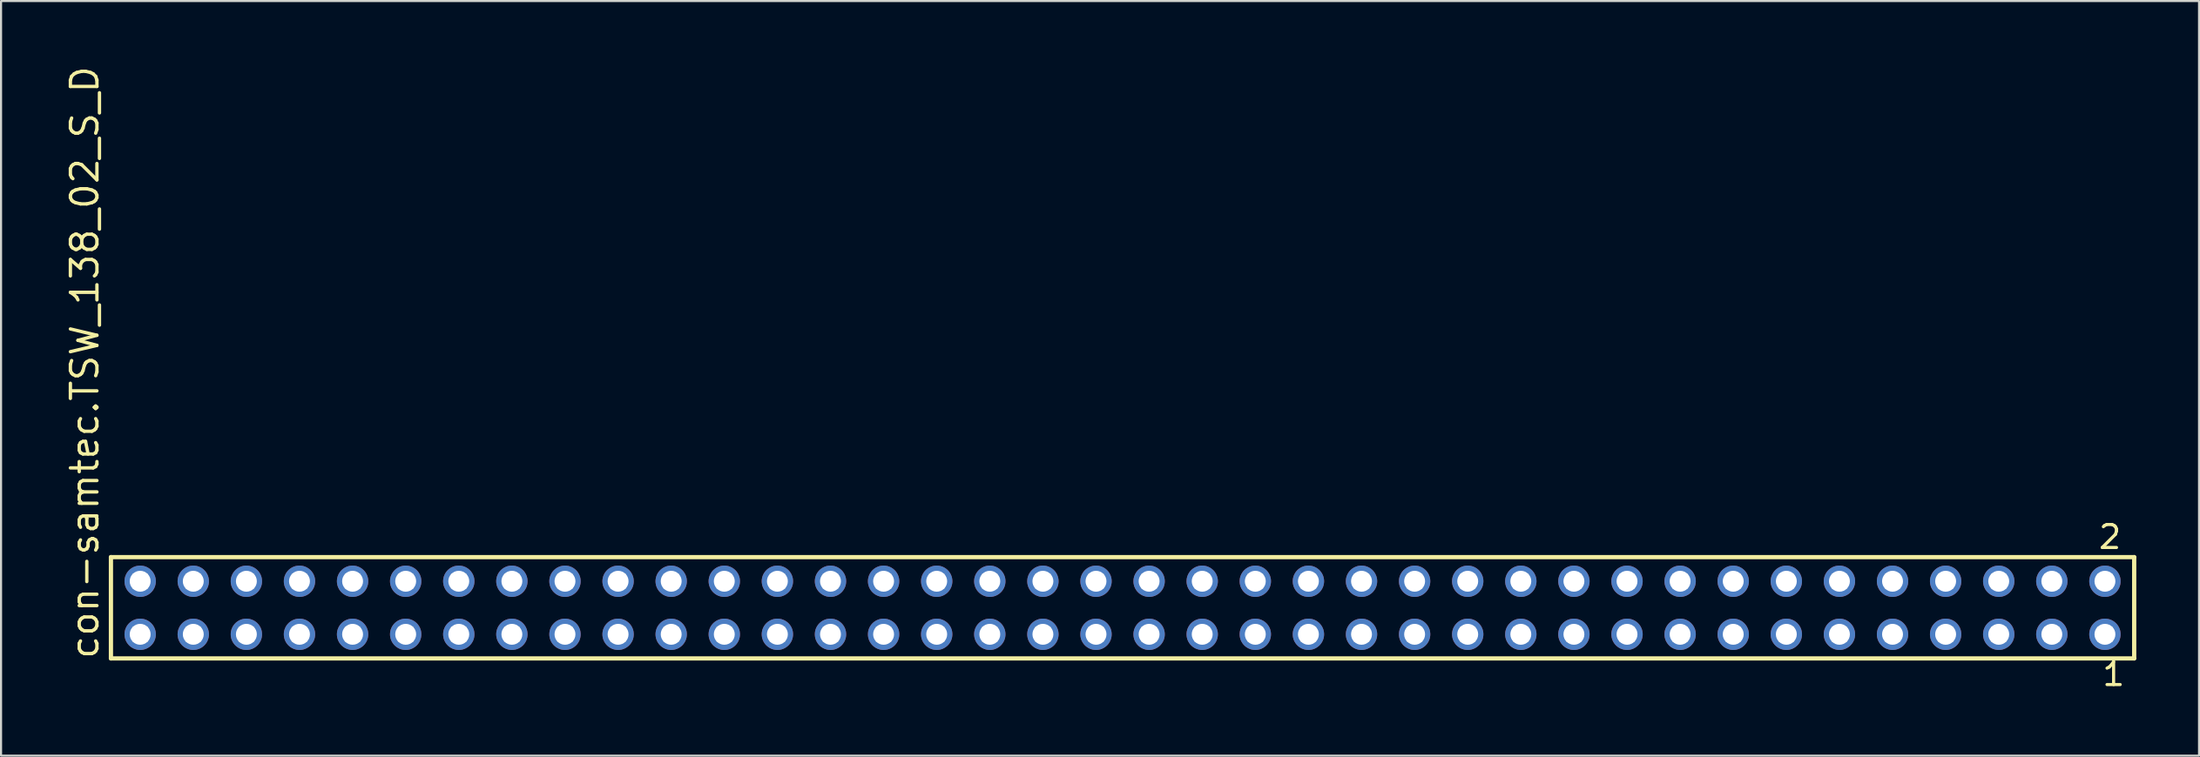
<source format=kicad_pcb>
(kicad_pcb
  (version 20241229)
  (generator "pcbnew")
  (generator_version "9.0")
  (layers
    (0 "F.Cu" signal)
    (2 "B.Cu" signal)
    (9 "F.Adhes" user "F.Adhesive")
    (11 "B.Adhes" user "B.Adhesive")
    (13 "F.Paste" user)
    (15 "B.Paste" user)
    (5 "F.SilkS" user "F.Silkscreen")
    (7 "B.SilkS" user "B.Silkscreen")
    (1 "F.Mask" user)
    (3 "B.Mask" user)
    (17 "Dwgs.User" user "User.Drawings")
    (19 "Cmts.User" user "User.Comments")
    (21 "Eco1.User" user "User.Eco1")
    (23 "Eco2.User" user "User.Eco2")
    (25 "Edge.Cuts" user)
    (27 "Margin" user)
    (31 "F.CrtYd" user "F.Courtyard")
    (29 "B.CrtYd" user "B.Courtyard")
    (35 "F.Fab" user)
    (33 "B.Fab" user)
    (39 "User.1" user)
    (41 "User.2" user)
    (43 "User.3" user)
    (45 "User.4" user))
  (footprint "con-samtec.TSW_138_02_S_D"
    (layer "F.Cu")
    (at 50.645 26.049)
    (property "Reference" "con-samtec.TSW_138_02_S_D" (at -48.895 2.54 90) (layer "F.SilkS") (effects (font (size 1.27 1.27) (thickness 0.16)) (justify left bottom)))
    (attr through_hole)
    (fp_line (start -48.389 -2.425) (end 48.389 -2.425) (stroke (width 0.203) (type default)) (layer "F.SilkS"))
    (fp_line (start -48.389 2.425) (end -48.389 -2.425) (stroke (width 0.203) (type default)) (layer "F.SilkS"))
    (fp_line (start 48.389 -2.425) (end 48.389 2.425) (stroke (width 0.203) (type default)) (layer "F.SilkS"))
    (fp_line (start 48.389 2.425) (end -48.389 2.425) (stroke (width 0.203) (type default)) (layer "F.SilkS"))
    (fp_rect (start -47.34 -0.92) (end -46.64 -1.62) (stroke (width 0.05) (type default)) (fill no) (layer "F.Fab"))
    (fp_rect (start -47.34 1.62) (end -46.64 0.92) (stroke (width 0.05) (type default)) (fill no) (layer "F.Fab"))
    (fp_rect (start -44.8 -0.92) (end -44.1 -1.62) (stroke (width 0.05) (type default)) (fill no) (layer "F.Fab"))
    (fp_rect (start -44.8 1.62) (end -44.1 0.92) (stroke (width 0.05) (type default)) (fill no) (layer "F.Fab"))
    (fp_rect (start -42.26 -0.92) (end -41.56 -1.62) (stroke (width 0.05) (type default)) (fill no) (layer "F.Fab"))
    (fp_rect (start -42.26 1.62) (end -41.56 0.92) (stroke (width 0.05) (type default)) (fill no) (layer "F.Fab"))
    (fp_rect (start -39.72 -0.92) (end -39.02 -1.62) (stroke (width 0.05) (type default)) (fill no) (layer "F.Fab"))
    (fp_rect (start -39.72 1.62) (end -39.02 0.92) (stroke (width 0.05) (type default)) (fill no) (layer "F.Fab"))
    (fp_rect (start -37.18 -0.92) (end -36.48 -1.62) (stroke (width 0.05) (type default)) (fill no) (layer "F.Fab"))
    (fp_rect (start -37.18 1.62) (end -36.48 0.92) (stroke (width 0.05) (type default)) (fill no) (layer "F.Fab"))
    (fp_rect (start -34.64 -0.92) (end -33.94 -1.62) (stroke (width 0.05) (type default)) (fill no) (layer "F.Fab"))
    (fp_rect (start -34.64 1.62) (end -33.94 0.92) (stroke (width 0.05) (type default)) (fill no) (layer "F.Fab"))
    (fp_rect (start -32.1 -0.92) (end -31.4 -1.62) (stroke (width 0.05) (type default)) (fill no) (layer "F.Fab"))
    (fp_rect (start -32.1 1.62) (end -31.4 0.92) (stroke (width 0.05) (type default)) (fill no) (layer "F.Fab"))
    (fp_rect (start -29.56 -0.92) (end -28.86 -1.62) (stroke (width 0.05) (type default)) (fill no) (layer "F.Fab"))
    (fp_rect (start -29.56 1.62) (end -28.86 0.92) (stroke (width 0.05) (type default)) (fill no) (layer "F.Fab"))
    (fp_rect (start -27.02 -0.92) (end -26.32 -1.62) (stroke (width 0.05) (type default)) (fill no) (layer "F.Fab"))
    (fp_rect (start -27.02 1.62) (end -26.32 0.92) (stroke (width 0.05) (type default)) (fill no) (layer "F.Fab"))
    (fp_rect (start -24.48 -0.92) (end -23.78 -1.62) (stroke (width 0.05) (type default)) (fill no) (layer "F.Fab"))
    (fp_rect (start -24.48 1.62) (end -23.78 0.92) (stroke (width 0.05) (type default)) (fill no) (layer "F.Fab"))
    (fp_rect (start -21.94 -0.92) (end -21.24 -1.62) (stroke (width 0.05) (type default)) (fill no) (layer "F.Fab"))
    (fp_rect (start -21.94 1.62) (end -21.24 0.92) (stroke (width 0.05) (type default)) (fill no) (layer "F.Fab"))
    (fp_rect (start -19.4 -0.92) (end -18.7 -1.62) (stroke (width 0.05) (type default)) (fill no) (layer "F.Fab"))
    (fp_rect (start -19.4 1.62) (end -18.7 0.92) (stroke (width 0.05) (type default)) (fill no) (layer "F.Fab"))
    (fp_rect (start -16.86 -0.92) (end -16.16 -1.62) (stroke (width 0.05) (type default)) (fill no) (layer "F.Fab"))
    (fp_rect (start -16.86 1.62) (end -16.16 0.92) (stroke (width 0.05) (type default)) (fill no) (layer "F.Fab"))
    (fp_rect (start -14.32 -0.92) (end -13.62 -1.62) (stroke (width 0.05) (type default)) (fill no) (layer "F.Fab"))
    (fp_rect (start -14.32 1.62) (end -13.62 0.92) (stroke (width 0.05) (type default)) (fill no) (layer "F.Fab"))
    (fp_rect (start -11.78 -0.92) (end -11.08 -1.62) (stroke (width 0.05) (type default)) (fill no) (layer "F.Fab"))
    (fp_rect (start -11.78 1.62) (end -11.08 0.92) (stroke (width 0.05) (type default)) (fill no) (layer "F.Fab"))
    (fp_rect (start -9.24 -0.92) (end -8.54 -1.62) (stroke (width 0.05) (type default)) (fill no) (layer "F.Fab"))
    (fp_rect (start -9.24 1.62) (end -8.54 0.92) (stroke (width 0.05) (type default)) (fill no) (layer "F.Fab"))
    (fp_rect (start -6.7 -0.92) (end -6 -1.62) (stroke (width 0.05) (type default)) (fill no) (layer "F.Fab"))
    (fp_rect (start -6.7 1.62) (end -6 0.92) (stroke (width 0.05) (type default)) (fill no) (layer "F.Fab"))
    (fp_rect (start -4.16 -0.92) (end -3.46 -1.62) (stroke (width 0.05) (type default)) (fill no) (layer "F.Fab"))
    (fp_rect (start -4.16 1.62) (end -3.46 0.92) (stroke (width 0.05) (type default)) (fill no) (layer "F.Fab"))
    (fp_rect (start -1.62 -0.92) (end -0.92 -1.62) (stroke (width 0.05) (type default)) (fill no) (layer "F.Fab"))
    (fp_rect (start -1.62 1.62) (end -0.92 0.92) (stroke (width 0.05) (type default)) (fill no) (layer "F.Fab"))
    (fp_rect (start 0.92 -0.92) (end 1.62 -1.62) (stroke (width 0.05) (type default)) (fill no) (layer "F.Fab"))
    (fp_rect (start 0.92 1.62) (end 1.62 0.92) (stroke (width 0.05) (type default)) (fill no) (layer "F.Fab"))
    (fp_rect (start 3.46 -0.92) (end 4.16 -1.62) (stroke (width 0.05) (type default)) (fill no) (layer "F.Fab"))
    (fp_rect (start 3.46 1.62) (end 4.16 0.92) (stroke (width 0.05) (type default)) (fill no) (layer "F.Fab"))
    (fp_rect (start 6 -0.92) (end 6.7 -1.62) (stroke (width 0.05) (type default)) (fill no) (layer "F.Fab"))
    (fp_rect (start 6 1.62) (end 6.7 0.92) (stroke (width 0.05) (type default)) (fill no) (layer "F.Fab"))
    (fp_rect (start 8.54 -0.92) (end 9.24 -1.62) (stroke (width 0.05) (type default)) (fill no) (layer "F.Fab"))
    (fp_rect (start 8.54 1.62) (end 9.24 0.92) (stroke (width 0.05) (type default)) (fill no) (layer "F.Fab"))
    (fp_rect (start 11.08 -0.92) (end 11.78 -1.62) (stroke (width 0.05) (type default)) (fill no) (layer "F.Fab"))
    (fp_rect (start 11.08 1.62) (end 11.78 0.92) (stroke (width 0.05) (type default)) (fill no) (layer "F.Fab"))
    (fp_rect (start 13.62 -0.92) (end 14.32 -1.62) (stroke (width 0.05) (type default)) (fill no) (layer "F.Fab"))
    (fp_rect (start 13.62 1.62) (end 14.32 0.92) (stroke (width 0.05) (type default)) (fill no) (layer "F.Fab"))
    (fp_rect (start 16.16 -0.92) (end 16.86 -1.62) (stroke (width 0.05) (type default)) (fill no) (layer "F.Fab"))
    (fp_rect (start 16.16 1.62) (end 16.86 0.92) (stroke (width 0.05) (type default)) (fill no) (layer "F.Fab"))
    (fp_rect (start 18.7 -0.92) (end 19.4 -1.62) (stroke (width 0.05) (type default)) (fill no) (layer "F.Fab"))
    (fp_rect (start 18.7 1.62) (end 19.4 0.92) (stroke (width 0.05) (type default)) (fill no) (layer "F.Fab"))
    (fp_rect (start 21.24 -0.92) (end 21.94 -1.62) (stroke (width 0.05) (type default)) (fill no) (layer "F.Fab"))
    (fp_rect (start 21.24 1.62) (end 21.94 0.92) (stroke (width 0.05) (type default)) (fill no) (layer "F.Fab"))
    (fp_rect (start 23.78 -0.92) (end 24.48 -1.62) (stroke (width 0.05) (type default)) (fill no) (layer "F.Fab"))
    (fp_rect (start 23.78 1.62) (end 24.48 0.92) (stroke (width 0.05) (type default)) (fill no) (layer "F.Fab"))
    (fp_rect (start 26.32 -0.92) (end 27.02 -1.62) (stroke (width 0.05) (type default)) (fill no) (layer "F.Fab"))
    (fp_rect (start 26.32 1.62) (end 27.02 0.92) (stroke (width 0.05) (type default)) (fill no) (layer "F.Fab"))
    (fp_rect (start 28.86 -0.92) (end 29.56 -1.62) (stroke (width 0.05) (type default)) (fill no) (layer "F.Fab"))
    (fp_rect (start 28.86 1.62) (end 29.56 0.92) (stroke (width 0.05) (type default)) (fill no) (layer "F.Fab"))
    (fp_rect (start 31.4 -0.92) (end 32.1 -1.62) (stroke (width 0.05) (type default)) (fill no) (layer "F.Fab"))
    (fp_rect (start 31.4 1.62) (end 32.1 0.92) (stroke (width 0.05) (type default)) (fill no) (layer "F.Fab"))
    (fp_rect (start 33.94 -0.92) (end 34.64 -1.62) (stroke (width 0.05) (type default)) (fill no) (layer "F.Fab"))
    (fp_rect (start 33.94 1.62) (end 34.64 0.92) (stroke (width 0.05) (type default)) (fill no) (layer "F.Fab"))
    (fp_rect (start 36.48 -0.92) (end 37.18 -1.62) (stroke (width 0.05) (type default)) (fill no) (layer "F.Fab"))
    (fp_rect (start 36.48 1.62) (end 37.18 0.92) (stroke (width 0.05) (type default)) (fill no) (layer "F.Fab"))
    (fp_rect (start 39.02 -0.92) (end 39.72 -1.62) (stroke (width 0.05) (type default)) (fill no) (layer "F.Fab"))
    (fp_rect (start 39.02 1.62) (end 39.72 0.92) (stroke (width 0.05) (type default)) (fill no) (layer "F.Fab"))
    (fp_rect (start 41.56 -0.92) (end 42.26 -1.62) (stroke (width 0.05) (type default)) (fill no) (layer "F.Fab"))
    (fp_rect (start 41.56 1.62) (end 42.26 0.92) (stroke (width 0.05) (type default)) (fill no) (layer "F.Fab"))
    (fp_rect (start 44.1 -0.92) (end 44.8 -1.62) (stroke (width 0.05) (type default)) (fill no) (layer "F.Fab"))
    (fp_rect (start 44.1 1.62) (end 44.8 0.92) (stroke (width 0.05) (type default)) (fill no) (layer "F.Fab"))
    (fp_rect (start 46.64 -0.92) (end 47.34 -1.62) (stroke (width 0.05) (type default)) (fill no) (layer "F.Fab"))
    (fp_rect (start 46.64 1.62) (end 47.34 0.92) (stroke (width 0.05) (type default)) (fill no) (layer "F.Fab"))
    (fp_text user "2" (at 46.607 -2.744 0) (layer "F.SilkS") (effects (font (size 1.1 1.1) (thickness 0.15)) (justify left bottom)))
    (fp_text user "1" (at 46.782 3.818 0) (layer "F.SilkS") (effects (font (size 1.1 1.1) (thickness 0.15)) (justify left bottom)))
    (pad "1" thru_hole circle (at 46.99 1.27 180) (size 1.5 1.5) (drill 1) (layers "*.Cu" "*.Mask"))
    (pad "2" thru_hole circle (at 46.99 -1.27 180) (size 1.5 1.5) (drill 1) (layers "*.Cu" "*.Mask"))
    (pad "3" thru_hole circle (at 44.45 1.27 180) (size 1.5 1.5) (drill 1) (layers "*.Cu" "*.Mask"))
    (pad "4" thru_hole circle (at 44.45 -1.27 180) (size 1.5 1.5) (drill 1) (layers "*.Cu" "*.Mask"))
    (pad "5" thru_hole circle (at 41.91 1.27 180) (size 1.5 1.5) (drill 1) (layers "*.Cu" "*.Mask"))
    (pad "6" thru_hole circle (at 41.91 -1.27 180) (size 1.5 1.5) (drill 1) (layers "*.Cu" "*.Mask"))
    (pad "7" thru_hole circle (at 39.37 1.27 180) (size 1.5 1.5) (drill 1) (layers "*.Cu" "*.Mask"))
    (pad "8" thru_hole circle (at 39.37 -1.27 180) (size 1.5 1.5) (drill 1) (layers "*.Cu" "*.Mask"))
    (pad "9" thru_hole circle (at 36.83 1.27 180) (size 1.5 1.5) (drill 1) (layers "*.Cu" "*.Mask"))
    (pad "10" thru_hole circle (at 36.83 -1.27 180) (size 1.5 1.5) (drill 1) (layers "*.Cu" "*.Mask"))
    (pad "11" thru_hole circle (at 34.29 1.27 180) (size 1.5 1.5) (drill 1) (layers "*.Cu" "*.Mask"))
    (pad "12" thru_hole circle (at 34.29 -1.27 180) (size 1.5 1.5) (drill 1) (layers "*.Cu" "*.Mask"))
    (pad "13" thru_hole circle (at 31.75 1.27 180) (size 1.5 1.5) (drill 1) (layers "*.Cu" "*.Mask"))
    (pad "14" thru_hole circle (at 31.75 -1.27 180) (size 1.5 1.5) (drill 1) (layers "*.Cu" "*.Mask"))
    (pad "15" thru_hole circle (at 29.21 1.27 180) (size 1.5 1.5) (drill 1) (layers "*.Cu" "*.Mask"))
    (pad "16" thru_hole circle (at 29.21 -1.27 180) (size 1.5 1.5) (drill 1) (layers "*.Cu" "*.Mask"))
    (pad "17" thru_hole circle (at 26.67 1.27 180) (size 1.5 1.5) (drill 1) (layers "*.Cu" "*.Mask"))
    (pad "18" thru_hole circle (at 26.67 -1.27 180) (size 1.5 1.5) (drill 1) (layers "*.Cu" "*.Mask"))
    (pad "19" thru_hole circle (at 24.13 1.27 180) (size 1.5 1.5) (drill 1) (layers "*.Cu" "*.Mask"))
    (pad "20" thru_hole circle (at 24.13 -1.27 180) (size 1.5 1.5) (drill 1) (layers "*.Cu" "*.Mask"))
    (pad "21" thru_hole circle (at 21.59 1.27 180) (size 1.5 1.5) (drill 1) (layers "*.Cu" "*.Mask"))
    (pad "22" thru_hole circle (at 21.59 -1.27 180) (size 1.5 1.5) (drill 1) (layers "*.Cu" "*.Mask"))
    (pad "23" thru_hole circle (at 19.05 1.27 180) (size 1.5 1.5) (drill 1) (layers "*.Cu" "*.Mask"))
    (pad "24" thru_hole circle (at 19.05 -1.27 180) (size 1.5 1.5) (drill 1) (layers "*.Cu" "*.Mask"))
    (pad "25" thru_hole circle (at 16.51 1.27 180) (size 1.5 1.5) (drill 1) (layers "*.Cu" "*.Mask"))
    (pad "26" thru_hole circle (at 16.51 -1.27 180) (size 1.5 1.5) (drill 1) (layers "*.Cu" "*.Mask"))
    (pad "27" thru_hole circle (at 13.97 1.27 180) (size 1.5 1.5) (drill 1) (layers "*.Cu" "*.Mask"))
    (pad "28" thru_hole circle (at 13.97 -1.27 180) (size 1.5 1.5) (drill 1) (layers "*.Cu" "*.Mask"))
    (pad "29" thru_hole circle (at 11.43 1.27 180) (size 1.5 1.5) (drill 1) (layers "*.Cu" "*.Mask"))
    (pad "30" thru_hole circle (at 11.43 -1.27 180) (size 1.5 1.5) (drill 1) (layers "*.Cu" "*.Mask"))
    (pad "31" thru_hole circle (at 8.89 1.27 180) (size 1.5 1.5) (drill 1) (layers "*.Cu" "*.Mask"))
    (pad "32" thru_hole circle (at 8.89 -1.27 180) (size 1.5 1.5) (drill 1) (layers "*.Cu" "*.Mask"))
    (pad "33" thru_hole circle (at 6.35 1.27 180) (size 1.5 1.5) (drill 1) (layers "*.Cu" "*.Mask"))
    (pad "34" thru_hole circle (at 6.35 -1.27 180) (size 1.5 1.5) (drill 1) (layers "*.Cu" "*.Mask"))
    (pad "35" thru_hole circle (at 3.81 1.27 180) (size 1.5 1.5) (drill 1) (layers "*.Cu" "*.Mask"))
    (pad "36" thru_hole circle (at 3.81 -1.27 180) (size 1.5 1.5) (drill 1) (layers "*.Cu" "*.Mask"))
    (pad "37" thru_hole circle (at 1.27 1.27 180) (size 1.5 1.5) (drill 1) (layers "*.Cu" "*.Mask"))
    (pad "38" thru_hole circle (at 1.27 -1.27 180) (size 1.5 1.5) (drill 1) (layers "*.Cu" "*.Mask"))
    (pad "39" thru_hole circle (at -1.27 1.27 180) (size 1.5 1.5) (drill 1) (layers "*.Cu" "*.Mask"))
    (pad "40" thru_hole circle (at -1.27 -1.27 180) (size 1.5 1.5) (drill 1) (layers "*.Cu" "*.Mask"))
    (pad "41" thru_hole circle (at -3.81 1.27 180) (size 1.5 1.5) (drill 1) (layers "*.Cu" "*.Mask"))
    (pad "42" thru_hole circle (at -3.81 -1.27 180) (size 1.5 1.5) (drill 1) (layers "*.Cu" "*.Mask"))
    (pad "43" thru_hole circle (at -6.35 1.27 180) (size 1.5 1.5) (drill 1) (layers "*.Cu" "*.Mask"))
    (pad "44" thru_hole circle (at -6.35 -1.27 180) (size 1.5 1.5) (drill 1) (layers "*.Cu" "*.Mask"))
    (pad "45" thru_hole circle (at -8.89 1.27 180) (size 1.5 1.5) (drill 1) (layers "*.Cu" "*.Mask"))
    (pad "46" thru_hole circle (at -8.89 -1.27 180) (size 1.5 1.5) (drill 1) (layers "*.Cu" "*.Mask"))
    (pad "47" thru_hole circle (at -11.43 1.27 180) (size 1.5 1.5) (drill 1) (layers "*.Cu" "*.Mask"))
    (pad "48" thru_hole circle (at -11.43 -1.27 180) (size 1.5 1.5) (drill 1) (layers "*.Cu" "*.Mask"))
    (pad "49" thru_hole circle (at -13.97 1.27 180) (size 1.5 1.5) (drill 1) (layers "*.Cu" "*.Mask"))
    (pad "50" thru_hole circle (at -13.97 -1.27 180) (size 1.5 1.5) (drill 1) (layers "*.Cu" "*.Mask"))
    (pad "51" thru_hole circle (at -16.51 1.27 180) (size 1.5 1.5) (drill 1) (layers "*.Cu" "*.Mask"))
    (pad "52" thru_hole circle (at -16.51 -1.27 180) (size 1.5 1.5) (drill 1) (layers "*.Cu" "*.Mask"))
    (pad "53" thru_hole circle (at -19.05 1.27 180) (size 1.5 1.5) (drill 1) (layers "*.Cu" "*.Mask"))
    (pad "54" thru_hole circle (at -19.05 -1.27 180) (size 1.5 1.5) (drill 1) (layers "*.Cu" "*.Mask"))
    (pad "55" thru_hole circle (at -21.59 1.27 180) (size 1.5 1.5) (drill 1) (layers "*.Cu" "*.Mask"))
    (pad "56" thru_hole circle (at -21.59 -1.27 180) (size 1.5 1.5) (drill 1) (layers "*.Cu" "*.Mask"))
    (pad "57" thru_hole circle (at -24.13 1.27 180) (size 1.5 1.5) (drill 1) (layers "*.Cu" "*.Mask"))
    (pad "58" thru_hole circle (at -24.13 -1.27 180) (size 1.5 1.5) (drill 1) (layers "*.Cu" "*.Mask"))
    (pad "59" thru_hole circle (at -26.67 1.27 180) (size 1.5 1.5) (drill 1) (layers "*.Cu" "*.Mask"))
    (pad "60" thru_hole circle (at -26.67 -1.27 180) (size 1.5 1.5) (drill 1) (layers "*.Cu" "*.Mask"))
    (pad "61" thru_hole circle (at -29.21 1.27 180) (size 1.5 1.5) (drill 1) (layers "*.Cu" "*.Mask"))
    (pad "62" thru_hole circle (at -29.21 -1.27 180) (size 1.5 1.5) (drill 1) (layers "*.Cu" "*.Mask"))
    (pad "63" thru_hole circle (at -31.75 1.27 180) (size 1.5 1.5) (drill 1) (layers "*.Cu" "*.Mask"))
    (pad "64" thru_hole circle (at -31.75 -1.27 180) (size 1.5 1.5) (drill 1) (layers "*.Cu" "*.Mask"))
    (pad "65" thru_hole circle (at -34.29 1.27 180) (size 1.5 1.5) (drill 1) (layers "*.Cu" "*.Mask"))
    (pad "66" thru_hole circle (at -34.29 -1.27 180) (size 1.5 1.5) (drill 1) (layers "*.Cu" "*.Mask"))
    (pad "67" thru_hole circle (at -36.83 1.27 180) (size 1.5 1.5) (drill 1) (layers "*.Cu" "*.Mask"))
    (pad "68" thru_hole circle (at -36.83 -1.27 180) (size 1.5 1.5) (drill 1) (layers "*.Cu" "*.Mask"))
    (pad "69" thru_hole circle (at -39.37 1.27 180) (size 1.5 1.5) (drill 1) (layers "*.Cu" "*.Mask"))
    (pad "70" thru_hole circle (at -39.37 -1.27 180) (size 1.5 1.5) (drill 1) (layers "*.Cu" "*.Mask"))
    (pad "71" thru_hole circle (at -41.91 1.27 180) (size 1.5 1.5) (drill 1) (layers "*.Cu" "*.Mask"))
    (pad "72" thru_hole circle (at -41.91 -1.27 180) (size 1.5 1.5) (drill 1) (layers "*.Cu" "*.Mask"))
    (pad "73" thru_hole circle (at -44.45 1.27 180) (size 1.5 1.5) (drill 1) (layers "*.Cu" "*.Mask"))
    (pad "74" thru_hole circle (at -44.45 -1.27 180) (size 1.5 1.5) (drill 1) (layers "*.Cu" "*.Mask"))
    (pad "75" thru_hole circle (at -46.99 1.27 180) (size 1.5 1.5) (drill 1) (layers "*.Cu" "*.Mask"))
    (pad "76" thru_hole circle (at -46.99 -1.27 180) (size 1.5 1.5) (drill 1) (layers "*.Cu" "*.Mask")))
  (gr_rect
    (start -3 -3)
    (end 102.136 33.131)
    (stroke (width 0.1) (type default))
    (fill no)
    (layer "Edge.Cuts")))
</source>
